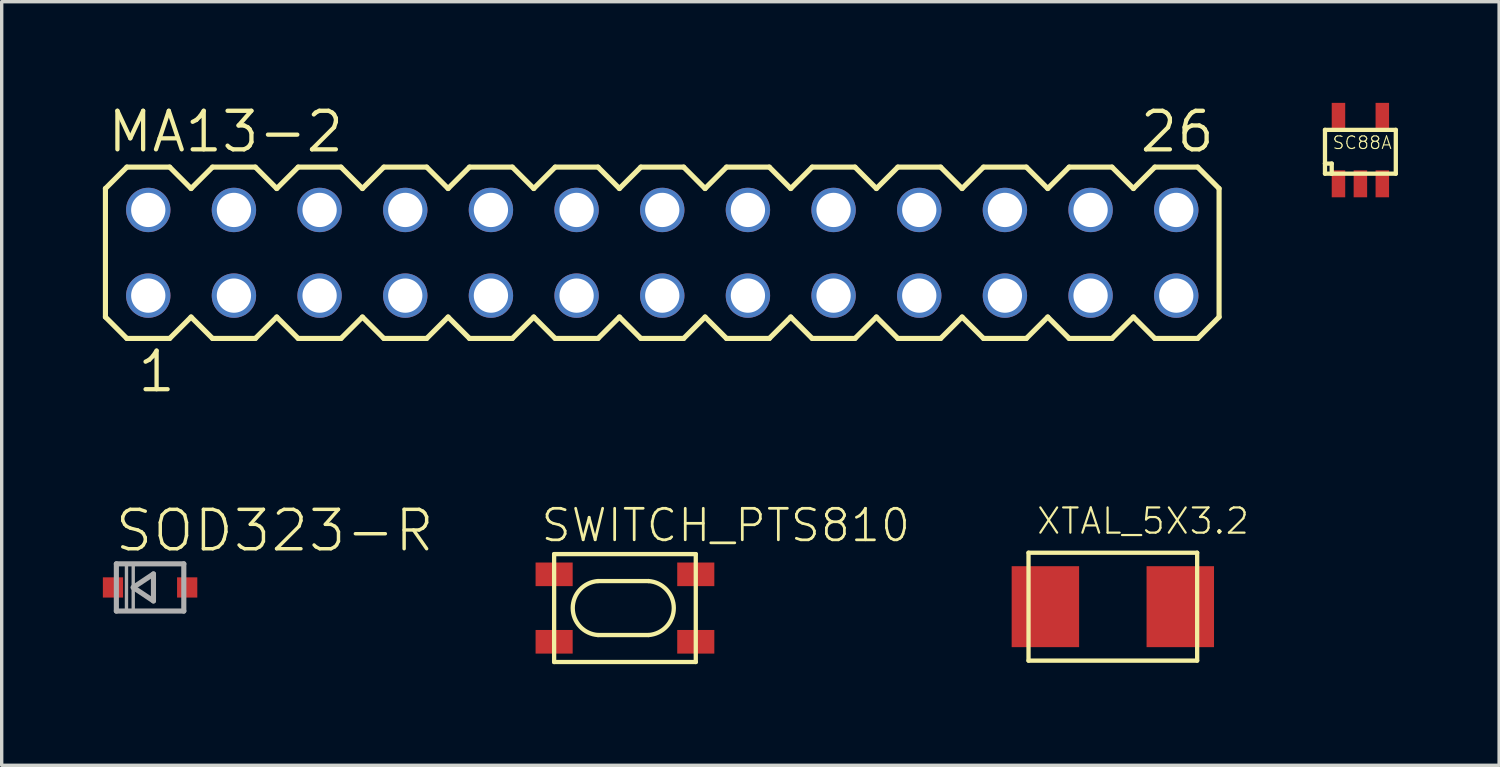
<source format=kicad_pcb>
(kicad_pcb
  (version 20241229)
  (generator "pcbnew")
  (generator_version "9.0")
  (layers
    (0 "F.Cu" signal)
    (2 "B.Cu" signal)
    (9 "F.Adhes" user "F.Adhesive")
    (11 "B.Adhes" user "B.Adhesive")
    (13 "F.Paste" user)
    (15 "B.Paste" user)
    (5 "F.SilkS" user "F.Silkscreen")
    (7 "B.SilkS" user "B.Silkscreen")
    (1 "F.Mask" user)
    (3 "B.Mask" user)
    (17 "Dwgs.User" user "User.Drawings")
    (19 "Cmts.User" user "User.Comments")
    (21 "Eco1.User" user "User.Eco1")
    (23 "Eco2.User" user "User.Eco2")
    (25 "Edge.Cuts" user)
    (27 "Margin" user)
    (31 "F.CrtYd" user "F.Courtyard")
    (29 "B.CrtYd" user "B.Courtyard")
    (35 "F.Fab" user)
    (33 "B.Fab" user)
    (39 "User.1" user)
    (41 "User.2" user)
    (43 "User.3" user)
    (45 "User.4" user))
  (footprint "MA13-2"
    (layer "F.Cu")
    (at 16.586 4.445)
    (property "Reference" "MA13-2" (at -16.51 -2.921 0) (layer "F.SilkS") (effects (font (size 1.143 1.143) (thickness 0.127)) (justify left bottom)))
    (fp_line (start -16.51 -1.905) (end -16.51 1.905) (stroke (width 0.152) (type solid)) (layer "F.SilkS"))
    (fp_line (start -16.51 1.905) (end -15.875 2.54) (stroke (width 0.152) (type solid)) (layer "F.SilkS"))
    (fp_line (start -15.875 -2.54) (end -16.51 -1.905) (stroke (width 0.152) (type solid)) (layer "F.SilkS"))
    (fp_line (start -15.875 -2.54) (end -14.605 -2.54) (stroke (width 0.152) (type solid)) (layer "F.SilkS"))
    (fp_line (start -14.605 -2.54) (end -13.97 -1.905) (stroke (width 0.152) (type solid)) (layer "F.SilkS"))
    (fp_line (start -14.605 2.54) (end -15.875 2.54) (stroke (width 0.152) (type solid)) (layer "F.SilkS"))
    (fp_line (start -13.97 -1.905) (end -13.335 -2.54) (stroke (width 0.152) (type solid)) (layer "F.SilkS"))
    (fp_line (start -13.97 1.905) (end -14.605 2.54) (stroke (width 0.152) (type solid)) (layer "F.SilkS"))
    (fp_line (start -13.335 -2.54) (end -12.065 -2.54) (stroke (width 0.152) (type solid)) (layer "F.SilkS"))
    (fp_line (start -13.335 2.54) (end -13.97 1.905) (stroke (width 0.152) (type solid)) (layer "F.SilkS"))
    (fp_line (start -12.065 -2.54) (end -11.43 -1.905) (stroke (width 0.152) (type solid)) (layer "F.SilkS"))
    (fp_line (start -12.065 2.54) (end -13.335 2.54) (stroke (width 0.152) (type solid)) (layer "F.SilkS"))
    (fp_line (start -11.43 -1.905) (end -10.795 -2.54) (stroke (width 0.152) (type solid)) (layer "F.SilkS"))
    (fp_line (start -11.43 1.905) (end -12.065 2.54) (stroke (width 0.152) (type solid)) (layer "F.SilkS"))
    (fp_line (start -10.795 -2.54) (end -9.525 -2.54) (stroke (width 0.152) (type solid)) (layer "F.SilkS"))
    (fp_line (start -10.795 2.54) (end -11.43 1.905) (stroke (width 0.152) (type solid)) (layer "F.SilkS"))
    (fp_line (start -9.525 -2.54) (end -8.89 -1.905) (stroke (width 0.152) (type solid)) (layer "F.SilkS"))
    (fp_line (start -9.525 2.54) (end -10.795 2.54) (stroke (width 0.152) (type solid)) (layer "F.SilkS"))
    (fp_line (start -8.89 1.905) (end -9.525 2.54) (stroke (width 0.152) (type solid)) (layer "F.SilkS"))
    (fp_line (start -8.89 1.905) (end -8.255 2.54) (stroke (width 0.152) (type solid)) (layer "F.SilkS"))
    (fp_line (start -8.255 -2.54) (end -8.89 -1.905) (stroke (width 0.152) (type solid)) (layer "F.SilkS"))
    (fp_line (start -8.255 -2.54) (end -6.985 -2.54) (stroke (width 0.152) (type solid)) (layer "F.SilkS"))
    (fp_line (start -6.985 -2.54) (end -6.35 -1.905) (stroke (width 0.152) (type solid)) (layer "F.SilkS"))
    (fp_line (start -6.985 2.54) (end -8.255 2.54) (stroke (width 0.152) (type solid)) (layer "F.SilkS"))
    (fp_line (start -6.35 -1.905) (end -5.715 -2.54) (stroke (width 0.152) (type solid)) (layer "F.SilkS"))
    (fp_line (start -6.35 1.905) (end -6.985 2.54) (stroke (width 0.152) (type solid)) (layer "F.SilkS"))
    (fp_line (start -5.715 -2.54) (end -4.445 -2.54) (stroke (width 0.152) (type solid)) (layer "F.SilkS"))
    (fp_line (start -5.715 2.54) (end -6.35 1.905) (stroke (width 0.152) (type solid)) (layer "F.SilkS"))
    (fp_line (start -4.445 -2.54) (end -3.81 -1.905) (stroke (width 0.152) (type solid)) (layer "F.SilkS"))
    (fp_line (start -4.445 2.54) (end -5.715 2.54) (stroke (width 0.152) (type solid)) (layer "F.SilkS"))
    (fp_line (start -3.81 -1.905) (end -3.175 -2.54) (stroke (width 0.152) (type solid)) (layer "F.SilkS"))
    (fp_line (start -3.81 1.905) (end -4.445 2.54) (stroke (width 0.152) (type solid)) (layer "F.SilkS"))
    (fp_line (start -3.175 -2.54) (end -1.905 -2.54) (stroke (width 0.152) (type solid)) (layer "F.SilkS"))
    (fp_line (start -3.175 2.54) (end -3.81 1.905) (stroke (width 0.152) (type solid)) (layer "F.SilkS"))
    (fp_line (start -1.905 -2.54) (end -1.27 -1.905) (stroke (width 0.152) (type solid)) (layer "F.SilkS"))
    (fp_line (start -1.905 2.54) (end -3.175 2.54) (stroke (width 0.152) (type solid)) (layer "F.SilkS"))
    (fp_line (start -1.27 -1.905) (end -0.635 -2.54) (stroke (width 0.152) (type solid)) (layer "F.SilkS"))
    (fp_line (start -1.27 1.905) (end -1.905 2.54) (stroke (width 0.152) (type solid)) (layer "F.SilkS"))
    (fp_line (start -0.635 -2.54) (end 0.635 -2.54) (stroke (width 0.152) (type solid)) (layer "F.SilkS"))
    (fp_line (start -0.635 2.54) (end -1.27 1.905) (stroke (width 0.152) (type solid)) (layer "F.SilkS"))
    (fp_line (start 0.635 -2.54) (end 1.27 -1.905) (stroke (width 0.152) (type solid)) (layer "F.SilkS"))
    (fp_line (start 0.635 2.54) (end -0.635 2.54) (stroke (width 0.152) (type solid)) (layer "F.SilkS"))
    (fp_line (start 1.27 1.905) (end 0.635 2.54) (stroke (width 0.152) (type solid)) (layer "F.SilkS"))
    (fp_line (start 1.27 1.905) (end 1.905 2.54) (stroke (width 0.152) (type solid)) (layer "F.SilkS"))
    (fp_line (start 1.905 -2.54) (end 1.27 -1.905) (stroke (width 0.152) (type solid)) (layer "F.SilkS"))
    (fp_line (start 1.905 -2.54) (end 3.175 -2.54) (stroke (width 0.152) (type solid)) (layer "F.SilkS"))
    (fp_line (start 3.175 -2.54) (end 3.81 -1.905) (stroke (width 0.152) (type solid)) (layer "F.SilkS"))
    (fp_line (start 3.175 2.54) (end 1.905 2.54) (stroke (width 0.152) (type solid)) (layer "F.SilkS"))
    (fp_line (start 3.81 -1.905) (end 4.445 -2.54) (stroke (width 0.152) (type solid)) (layer "F.SilkS"))
    (fp_line (start 3.81 1.905) (end 3.175 2.54) (stroke (width 0.152) (type solid)) (layer "F.SilkS"))
    (fp_line (start 4.445 -2.54) (end 5.715 -2.54) (stroke (width 0.152) (type solid)) (layer "F.SilkS"))
    (fp_line (start 4.445 2.54) (end 3.81 1.905) (stroke (width 0.152) (type solid)) (layer "F.SilkS"))
    (fp_line (start 5.715 -2.54) (end 6.35 -1.905) (stroke (width 0.152) (type solid)) (layer "F.SilkS"))
    (fp_line (start 5.715 2.54) (end 4.445 2.54) (stroke (width 0.152) (type solid)) (layer "F.SilkS"))
    (fp_line (start 6.35 -1.905) (end 6.985 -2.54) (stroke (width 0.152) (type solid)) (layer "F.SilkS"))
    (fp_line (start 6.35 1.905) (end 5.715 2.54) (stroke (width 0.152) (type solid)) (layer "F.SilkS"))
    (fp_line (start 6.985 -2.54) (end 8.255 -2.54) (stroke (width 0.152) (type solid)) (layer "F.SilkS"))
    (fp_line (start 6.985 2.54) (end 6.35 1.905) (stroke (width 0.152) (type solid)) (layer "F.SilkS"))
    (fp_line (start 8.255 -2.54) (end 8.89 -1.905) (stroke (width 0.152) (type solid)) (layer "F.SilkS"))
    (fp_line (start 8.255 2.54) (end 6.985 2.54) (stroke (width 0.152) (type solid)) (layer "F.SilkS"))
    (fp_line (start 8.89 1.905) (end 8.255 2.54) (stroke (width 0.152) (type solid)) (layer "F.SilkS"))
    (fp_line (start 8.89 1.905) (end 9.525 2.54) (stroke (width 0.152) (type solid)) (layer "F.SilkS"))
    (fp_line (start 9.525 -2.54) (end 8.89 -1.905) (stroke (width 0.152) (type solid)) (layer "F.SilkS"))
    (fp_line (start 9.525 -2.54) (end 10.795 -2.54) (stroke (width 0.152) (type solid)) (layer "F.SilkS"))
    (fp_line (start 10.795 -2.54) (end 11.43 -1.905) (stroke (width 0.152) (type solid)) (layer "F.SilkS"))
    (fp_line (start 10.795 2.54) (end 9.525 2.54) (stroke (width 0.152) (type solid)) (layer "F.SilkS"))
    (fp_line (start 11.43 -1.905) (end 12.065 -2.54) (stroke (width 0.152) (type solid)) (layer "F.SilkS"))
    (fp_line (start 11.43 1.905) (end 10.795 2.54) (stroke (width 0.152) (type solid)) (layer "F.SilkS"))
    (fp_line (start 12.065 -2.54) (end 13.335 -2.54) (stroke (width 0.152) (type solid)) (layer "F.SilkS"))
    (fp_line (start 12.065 2.54) (end 11.43 1.905) (stroke (width 0.152) (type solid)) (layer "F.SilkS"))
    (fp_line (start 13.335 -2.54) (end 13.97 -1.905) (stroke (width 0.152) (type solid)) (layer "F.SilkS"))
    (fp_line (start 13.335 2.54) (end 12.065 2.54) (stroke (width 0.152) (type solid)) (layer "F.SilkS"))
    (fp_line (start 13.97 -1.905) (end 14.605 -2.54) (stroke (width 0.152) (type solid)) (layer "F.SilkS"))
    (fp_line (start 13.97 1.905) (end 13.335 2.54) (stroke (width 0.152) (type solid)) (layer "F.SilkS"))
    (fp_line (start 14.605 -2.54) (end 15.875 -2.54) (stroke (width 0.152) (type solid)) (layer "F.SilkS"))
    (fp_line (start 14.605 2.54) (end 13.97 1.905) (stroke (width 0.152) (type solid)) (layer "F.SilkS"))
    (fp_line (start 15.875 -2.54) (end 16.51 -1.905) (stroke (width 0.152) (type solid)) (layer "F.SilkS"))
    (fp_line (start 15.875 2.54) (end 14.605 2.54) (stroke (width 0.152) (type solid)) (layer "F.SilkS"))
    (fp_line (start 16.51 -1.905) (end 16.51 1.905) (stroke (width 0.152) (type solid)) (layer "F.SilkS"))
    (fp_line (start 16.51 1.905) (end 15.875 2.54) (stroke (width 0.152) (type solid)) (layer "F.SilkS"))
    (fp_poly (pts (xy -15.494 -1.016) (xy -14.986 -1.016) (xy -14.986 -1.524) (xy -15.494 -1.524)) (stroke (width 0.1) (type default)) (fill no) (layer "F.Fab"))
    (fp_poly (pts (xy -15.494 1.524) (xy -14.986 1.524) (xy -14.986 1.016) (xy -15.494 1.016)) (stroke (width 0.1) (type default)) (fill no) (layer "F.Fab"))
    (fp_poly (pts (xy -12.954 -1.016) (xy -12.446 -1.016) (xy -12.446 -1.524) (xy -12.954 -1.524)) (stroke (width 0.1) (type default)) (fill no) (layer "F.Fab"))
    (fp_poly (pts (xy -12.954 1.524) (xy -12.446 1.524) (xy -12.446 1.016) (xy -12.954 1.016)) (stroke (width 0.1) (type default)) (fill no) (layer "F.Fab"))
    (fp_poly (pts (xy -10.414 -1.016) (xy -9.906 -1.016) (xy -9.906 -1.524) (xy -10.414 -1.524)) (stroke (width 0.1) (type default)) (fill no) (layer "F.Fab"))
    (fp_poly (pts (xy -10.414 1.524) (xy -9.906 1.524) (xy -9.906 1.016) (xy -10.414 1.016)) (stroke (width 0.1) (type default)) (fill no) (layer "F.Fab"))
    (fp_poly (pts (xy -7.874 -1.016) (xy -7.366 -1.016) (xy -7.366 -1.524) (xy -7.874 -1.524)) (stroke (width 0.1) (type default)) (fill no) (layer "F.Fab"))
    (fp_poly (pts (xy -7.874 1.524) (xy -7.366 1.524) (xy -7.366 1.016) (xy -7.874 1.016)) (stroke (width 0.1) (type default)) (fill no) (layer "F.Fab"))
    (fp_poly (pts (xy -5.334 -1.016) (xy -4.826 -1.016) (xy -4.826 -1.524) (xy -5.334 -1.524)) (stroke (width 0.1) (type default)) (fill no) (layer "F.Fab"))
    (fp_poly (pts (xy -5.334 1.524) (xy -4.826 1.524) (xy -4.826 1.016) (xy -5.334 1.016)) (stroke (width 0.1) (type default)) (fill no) (layer "F.Fab"))
    (fp_poly (pts (xy -2.794 -1.016) (xy -2.286 -1.016) (xy -2.286 -1.524) (xy -2.794 -1.524)) (stroke (width 0.1) (type default)) (fill no) (layer "F.Fab"))
    (fp_poly (pts (xy -2.794 1.524) (xy -2.286 1.524) (xy -2.286 1.016) (xy -2.794 1.016)) (stroke (width 0.1) (type default)) (fill no) (layer "F.Fab"))
    (fp_poly (pts (xy -0.254 -1.016) (xy 0.254 -1.016) (xy 0.254 -1.524) (xy -0.254 -1.524)) (stroke (width 0.1) (type default)) (fill no) (layer "F.Fab"))
    (fp_poly (pts (xy -0.254 1.524) (xy 0.254 1.524) (xy 0.254 1.016) (xy -0.254 1.016)) (stroke (width 0.1) (type default)) (fill no) (layer "F.Fab"))
    (fp_poly (pts (xy 2.286 -1.016) (xy 2.794 -1.016) (xy 2.794 -1.524) (xy 2.286 -1.524)) (stroke (width 0.1) (type default)) (fill no) (layer "F.Fab"))
    (fp_poly (pts (xy 2.286 1.524) (xy 2.794 1.524) (xy 2.794 1.016) (xy 2.286 1.016)) (stroke (width 0.1) (type default)) (fill no) (layer "F.Fab"))
    (fp_poly (pts (xy 4.826 -1.016) (xy 5.334 -1.016) (xy 5.334 -1.524) (xy 4.826 -1.524)) (stroke (width 0.1) (type default)) (fill no) (layer "F.Fab"))
    (fp_poly (pts (xy 4.826 1.524) (xy 5.334 1.524) (xy 5.334 1.016) (xy 4.826 1.016)) (stroke (width 0.1) (type default)) (fill no) (layer "F.Fab"))
    (fp_poly (pts (xy 7.366 -1.016) (xy 7.874 -1.016) (xy 7.874 -1.524) (xy 7.366 -1.524)) (stroke (width 0.1) (type default)) (fill no) (layer "F.Fab"))
    (fp_poly (pts (xy 7.366 1.524) (xy 7.874 1.524) (xy 7.874 1.016) (xy 7.366 1.016)) (stroke (width 0.1) (type default)) (fill no) (layer "F.Fab"))
    (fp_poly (pts (xy 9.906 -1.016) (xy 10.414 -1.016) (xy 10.414 -1.524) (xy 9.906 -1.524)) (stroke (width 0.1) (type default)) (fill no) (layer "F.Fab"))
    (fp_poly (pts (xy 9.906 1.524) (xy 10.414 1.524) (xy 10.414 1.016) (xy 9.906 1.016)) (stroke (width 0.1) (type default)) (fill no) (layer "F.Fab"))
    (fp_poly (pts (xy 12.446 -1.016) (xy 12.954 -1.016) (xy 12.954 -1.524) (xy 12.446 -1.524)) (stroke (width 0.1) (type default)) (fill no) (layer "F.Fab"))
    (fp_poly (pts (xy 12.446 1.524) (xy 12.954 1.524) (xy 12.954 1.016) (xy 12.446 1.016)) (stroke (width 0.1) (type default)) (fill no) (layer "F.Fab"))
    (fp_poly (pts (xy 14.986 -1.016) (xy 15.494 -1.016) (xy 15.494 -1.524) (xy 14.986 -1.524)) (stroke (width 0.1) (type default)) (fill no) (layer "F.Fab"))
    (fp_poly (pts (xy 14.986 1.524) (xy 15.494 1.524) (xy 15.494 1.016) (xy 14.986 1.016)) (stroke (width 0.1) (type default)) (fill no) (layer "F.Fab"))
    (fp_text user "1" (at -15.621 4.191 0) (layer "F.SilkS") (effects (font (size 1.143 1.143) (thickness 0.127)) (justify left bottom)))
    (fp_text user "26" (at 14.097 -2.921 0) (layer "F.SilkS") (effects (font (size 1.143 1.143) (thickness 0.127)) (justify left bottom)))
    (pad "1" thru_hole circle (at -15.24 1.27) (size 1.316 1.316) (drill 1.016) (layers "*.Cu" "*.Mask"))
    (pad "2" thru_hole circle (at -15.24 -1.27) (size 1.316 1.316) (drill 1.016) (layers "*.Cu" "*.Mask"))
    (pad "3" thru_hole circle (at -12.7 1.27) (size 1.316 1.316) (drill 1.016) (layers "*.Cu" "*.Mask"))
    (pad "4" thru_hole circle (at -12.7 -1.27) (size 1.316 1.316) (drill 1.016) (layers "*.Cu" "*.Mask"))
    (pad "5" thru_hole circle (at -10.16 1.27) (size 1.316 1.316) (drill 1.016) (layers "*.Cu" "*.Mask"))
    (pad "6" thru_hole circle (at -10.16 -1.27) (size 1.316 1.316) (drill 1.016) (layers "*.Cu" "*.Mask"))
    (pad "7" thru_hole circle (at -7.62 1.27) (size 1.316 1.316) (drill 1.016) (layers "*.Cu" "*.Mask"))
    (pad "8" thru_hole circle (at -7.62 -1.27) (size 1.316 1.316) (drill 1.016) (layers "*.Cu" "*.Mask"))
    (pad "9" thru_hole circle (at -5.08 1.27) (size 1.316 1.316) (drill 1.016) (layers "*.Cu" "*.Mask"))
    (pad "10" thru_hole circle (at -5.08 -1.27) (size 1.316 1.316) (drill 1.016) (layers "*.Cu" "*.Mask"))
    (pad "11" thru_hole circle (at -2.54 1.27) (size 1.316 1.316) (drill 1.016) (layers "*.Cu" "*.Mask"))
    (pad "12" thru_hole circle (at -2.54 -1.27) (size 1.316 1.316) (drill 1.016) (layers "*.Cu" "*.Mask"))
    (pad "13" thru_hole circle (at 0 1.27) (size 1.316 1.316) (drill 1.016) (layers "*.Cu" "*.Mask"))
    (pad "14" thru_hole circle (at 0 -1.27) (size 1.316 1.316) (drill 1.016) (layers "*.Cu" "*.Mask"))
    (pad "15" thru_hole circle (at 2.54 1.27) (size 1.316 1.316) (drill 1.016) (layers "*.Cu" "*.Mask"))
    (pad "16" thru_hole circle (at 2.54 -1.27) (size 1.316 1.316) (drill 1.016) (layers "*.Cu" "*.Mask"))
    (pad "17" thru_hole circle (at 5.08 1.27) (size 1.316 1.316) (drill 1.016) (layers "*.Cu" "*.Mask"))
    (pad "18" thru_hole circle (at 5.08 -1.27) (size 1.316 1.316) (drill 1.016) (layers "*.Cu" "*.Mask"))
    (pad "19" thru_hole circle (at 7.62 1.27) (size 1.316 1.316) (drill 1.016) (layers "*.Cu" "*.Mask"))
    (pad "20" thru_hole circle (at 7.62 -1.27) (size 1.316 1.316) (drill 1.016) (layers "*.Cu" "*.Mask"))
    (pad "21" thru_hole circle (at 10.16 1.27) (size 1.316 1.316) (drill 1.016) (layers "*.Cu" "*.Mask"))
    (pad "22" thru_hole circle (at 10.16 -1.27) (size 1.316 1.316) (drill 1.016) (layers "*.Cu" "*.Mask"))
    (pad "23" thru_hole circle (at 12.7 1.27) (size 1.316 1.316) (drill 1.016) (layers "*.Cu" "*.Mask"))
    (pad "24" thru_hole circle (at 12.7 -1.27) (size 1.316 1.316) (drill 1.016) (layers "*.Cu" "*.Mask"))
    (pad "25" thru_hole circle (at 15.24 1.27) (size 1.316 1.316) (drill 1.016) (layers "*.Cu" "*.Mask"))
    (pad "26" thru_hole circle (at 15.24 -1.27) (size 1.316 1.316) (drill 1.016) (layers "*.Cu" "*.Mask")))
  (footprint "SOD323-R"
    (layer "F.Cu")
    (at 1.4 14.368)
    (property "Reference" "SOD323-R" (at -1.1 -1 0) (layer "F.SilkS") (effects (font (size 1.168 1.168) (thickness 0.102)) (justify left bottom)))
    (fp_line (start -1 -0.7) (end 1 -0.7) (stroke (width 0.152) (type solid)) (layer "F.Fab"))
    (fp_line (start -1 0.7) (end -1 -0.7) (stroke (width 0.152) (type solid)) (layer "F.Fab"))
    (fp_line (start -0.5 0) (end 0.1 -0.4) (stroke (width 0.152) (type solid)) (layer "F.Fab"))
    (fp_line (start 0.1 -0.4) (end 0.1 0.4) (stroke (width 0.152) (type solid)) (layer "F.Fab"))
    (fp_line (start 0.1 0.4) (end -0.5 0) (stroke (width 0.152) (type solid)) (layer "F.Fab"))
    (fp_line (start 1 -0.7) (end 1 0.7) (stroke (width 0.152) (type solid)) (layer "F.Fab"))
    (fp_line (start 1 0.7) (end -1 0.7) (stroke (width 0.152) (type solid)) (layer "F.Fab"))
    (fp_poly (pts (xy -0.7 0.7) (xy -0.5 0.7) (xy -0.5 -0.7) (xy -0.7 -0.7)) (stroke (width 0.1) (type default)) (fill no) (layer "F.Fab"))
    (pad "A" smd rect (at 1.1 0) (size 0.6 0.6) (layers "F.Cu" "F.Mask" "F.Paste"))
    (pad "C" smd rect (at -1.1 0) (size 0.6 0.6) (layers "F.Cu" "F.Mask" "F.Paste")))
  (footprint "XTAL_5X3.2"
    (layer "F.Cu")
    (at 29.946 14.938)
    (property "Reference" "XTAL_5X3.2" (at -2.3 -2.1 0) (layer "F.SilkS") (effects (font (size 0.748 0.748) (thickness 0.065)) (justify left bottom)))
    (fp_line (start -2.5 -1.6) (end -2.5 1.6) (stroke (width 0.127) (type solid)) (layer "F.SilkS"))
    (fp_line (start 2.5 -1.6) (end -2.5 -1.6) (stroke (width 0.127) (type solid)) (layer "F.SilkS"))
    (fp_line (start 2.5 -1.6) (end 2.5 1.6) (stroke (width 0.127) (type solid)) (layer "F.SilkS"))
    (fp_line (start 2.5 1.6) (end -2.5 1.6) (stroke (width 0.127) (type solid)) (layer "F.SilkS"))
    (pad "1" smd rect (at -2 0 180) (size 2 2.4) (layers "F.Cu" "F.Mask" "F.Paste"))
    (pad "2" smd rect (at 2 0 180) (size 2 2.4) (layers "F.Cu" "F.Mask" "F.Paste")))
  (footprint "SWITCH_PTS810"
    (layer "F.Cu")
    (at 15.48 14.979)
    (property "Reference" "SWITCH_PTS810" (at -2.54 -1.905 0) (layer "F.SilkS") (effects (font (size 0.935 0.935) (thickness 0.081)) (justify left bottom)))
    (fp_line (start -2.1 -1.6) (end 2.1 -1.6) (stroke (width 0.127) (type solid)) (layer "F.SilkS"))
    (fp_line (start -2.1 1.6) (end -2.1 -1.6) (stroke (width 0.127) (type solid)) (layer "F.SilkS"))
    (fp_line (start -0.8 -0.8) (end 0.7 -0.8) (stroke (width 0.127) (type solid)) (layer "F.SilkS"))
    (fp_line (start 0.7 0.8) (end -0.8 0.8) (stroke (width 0.127) (type solid)) (layer "F.SilkS"))
    (fp_line (start 2.1 -1.6) (end 2.1 1.6) (stroke (width 0.127) (type solid)) (layer "F.SilkS"))
    (fp_line (start 2.1 1.6) (end -2.1 1.6) (stroke (width 0.127) (type solid)) (layer "F.SilkS"))
    (fp_arc (start -0.8 0.8) (mid -1.548442 0) (end -0.799999 -0.8) (stroke (width 0.127) (type solid)) (layer "F.SilkS"))
    (fp_arc (start 0.7 -0.8) (mid 1.448442 0) (end 0.699999 0.8) (stroke (width 0.127) (type solid)) (layer "F.SilkS"))
    (pad "1" smd rect (at -2.1 -1 90) (size 0.7 1.1) (layers "F.Cu" "F.Mask" "F.Paste"))
    (pad "2" smd rect (at 2.1 -1 90) (size 0.7 1.1) (layers "F.Cu" "F.Mask" "F.Paste"))
    (pad "3" smd rect (at -2.1 1 90) (size 0.7 1.1) (layers "F.Cu" "F.Mask" "F.Paste"))
    (pad "4" smd rect (at 2.1 1 90) (size 0.7 1.1) (layers "F.Cu" "F.Mask" "F.Paste")))
  (footprint "SC88A"
    (layer "F.Cu")
    (at 36.636 2.4)
    (property "Reference" "SC88A" (at -0.2 -1 0) (layer "F.SilkS") (effects (font (size 0.374 0.374) (thickness 0.033)) (justify left bottom)))
    (fp_line (start -0.4 -1.6) (end 1.7 -1.6) (stroke (width 0.127) (type solid)) (layer "F.SilkS"))
    (fp_line (start -0.4 -0.6) (end -0.4 -1.6) (stroke (width 0.127) (type solid)) (layer "F.SilkS"))
    (fp_line (start -0.4 -0.6) (end -0.2 -0.6) (stroke (width 0.127) (type solid)) (layer "F.SilkS"))
    (fp_line (start -0.4 -0.3) (end -0.4 -0.6) (stroke (width 0.127) (type solid)) (layer "F.SilkS"))
    (fp_line (start -0.2 -0.6) (end -0.2 -0.3) (stroke (width 0.127) (type solid)) (layer "F.SilkS"))
    (fp_line (start -0.2 -0.3) (end -0.4 -0.3) (stroke (width 0.127) (type solid)) (layer "F.SilkS"))
    (fp_line (start 1.7 -1.6) (end 1.7 -0.3) (stroke (width 0.127) (type solid)) (layer "F.SilkS"))
    (fp_line (start 1.7 -0.3) (end -0.2 -0.3) (stroke (width 0.127) (type solid)) (layer "F.SilkS"))
    (pad "1" smd rect (at 0 0) (size 0.4 0.8) (layers "F.Cu" "F.Mask" "F.Paste"))
    (pad "2" smd rect (at 0.65 0) (size 0.4 0.8) (layers "F.Cu" "F.Mask" "F.Paste"))
    (pad "3" smd rect (at 1.3 0) (size 0.4 0.8) (layers "F.Cu" "F.Mask" "F.Paste"))
    (pad "4" smd rect (at 1.3 -2) (size 0.4 0.8) (layers "F.Cu" "F.Mask" "F.Paste"))
    (pad "5" smd rect (at 0 -2) (size 0.4 0.8) (layers "F.Cu" "F.Mask" "F.Paste")))
  (gr_rect
    (start -3 -3)
    (end 41.399 19.642)
    (stroke (width 0.1) (type default))
    (fill no)
    (layer "Edge.Cuts")))
</source>
